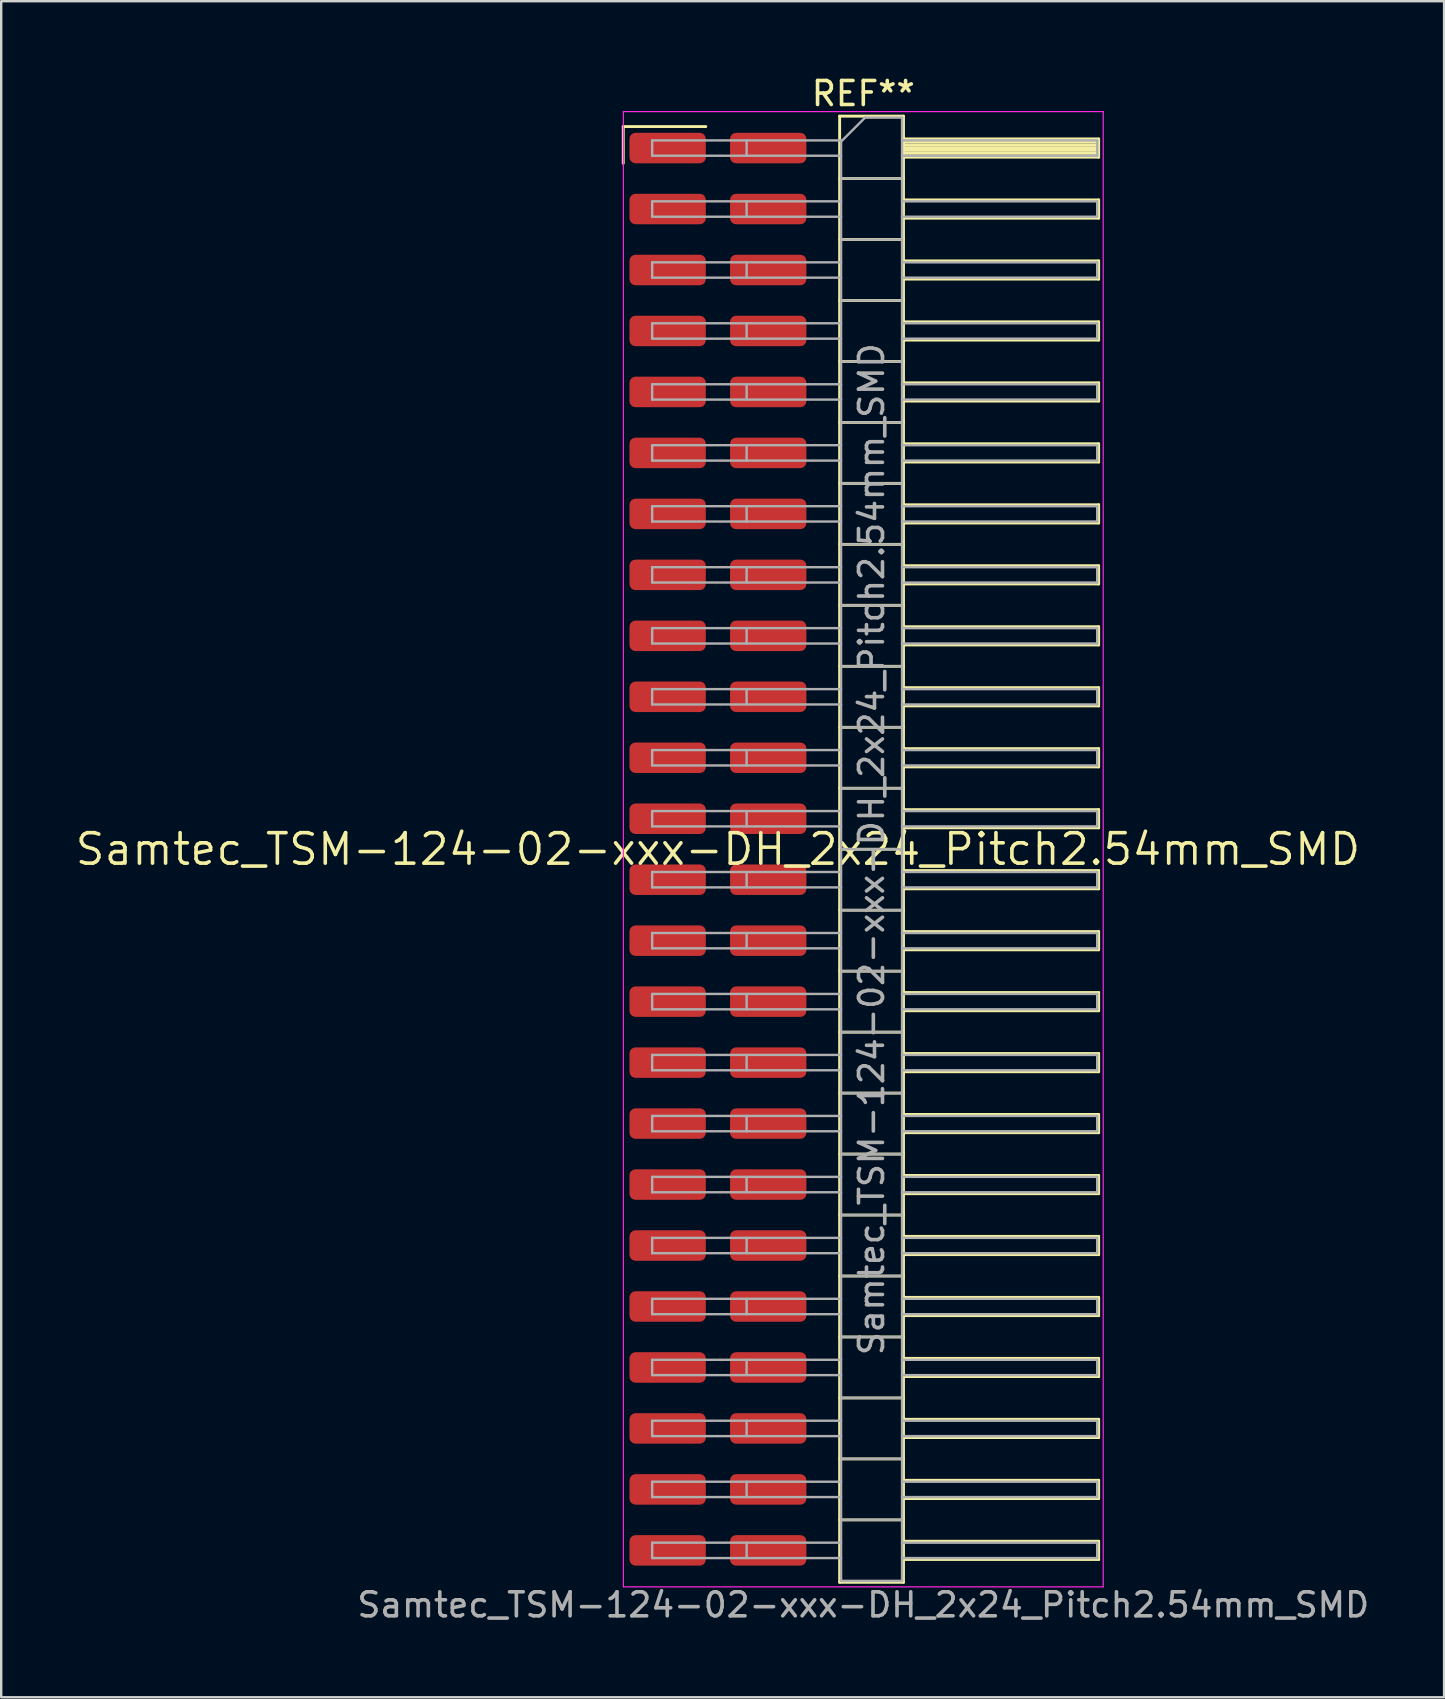
<source format=kicad_pcb>
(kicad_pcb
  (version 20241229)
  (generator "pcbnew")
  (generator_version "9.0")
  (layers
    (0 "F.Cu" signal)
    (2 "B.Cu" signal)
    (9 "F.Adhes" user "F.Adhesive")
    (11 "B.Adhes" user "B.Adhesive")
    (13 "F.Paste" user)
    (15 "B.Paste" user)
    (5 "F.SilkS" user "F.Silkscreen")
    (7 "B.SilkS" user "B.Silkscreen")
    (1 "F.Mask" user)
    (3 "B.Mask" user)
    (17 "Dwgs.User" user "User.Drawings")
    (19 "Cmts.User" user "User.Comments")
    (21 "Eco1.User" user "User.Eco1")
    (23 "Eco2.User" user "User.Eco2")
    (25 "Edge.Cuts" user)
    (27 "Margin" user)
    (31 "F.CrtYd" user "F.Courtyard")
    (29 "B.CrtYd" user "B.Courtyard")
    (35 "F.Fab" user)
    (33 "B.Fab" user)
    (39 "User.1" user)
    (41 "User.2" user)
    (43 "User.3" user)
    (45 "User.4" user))
  (footprint "Samtec_TSM-124-02-xxx-DH_2x24_Pitch2.54mm_SMD"
    (layer "F.Cu")
    (at 26.859 32.328)
    (property "Reference" "Samtec_TSM-124-02-xxx-DH_2x24_Pitch2.54mm_SMD" (at 0 0 0) (layer "F.SilkS") (effects (font (size 1.27 1.27) (thickness 0.15))))
    (attr smd)
    (fp_line (start -3.945 -30.105) (end -0.505 -30.105) (stroke (width 0.12) (type solid)) (layer "F.SilkS"))
    (fp_line (start -3.945 -28.575) (end -3.945 -30.105) (stroke (width 0.12) (type solid)) (layer "F.SilkS"))
    (fp_line (start 5.07 -30.54) (end 7.73 -30.54) (stroke (width 0.12) (type solid)) (layer "F.SilkS"))
    (fp_line (start 5.07 -27.94) (end 7.73 -27.94) (stroke (width 0.12) (type solid)) (layer "F.SilkS"))
    (fp_line (start 5.07 -25.4) (end 7.73 -25.4) (stroke (width 0.12) (type solid)) (layer "F.SilkS"))
    (fp_line (start 5.07 -22.86) (end 7.73 -22.86) (stroke (width 0.12) (type solid)) (layer "F.SilkS"))
    (fp_line (start 5.07 -20.32) (end 7.73 -20.32) (stroke (width 0.12) (type solid)) (layer "F.SilkS"))
    (fp_line (start 5.07 -17.78) (end 7.73 -17.78) (stroke (width 0.12) (type solid)) (layer "F.SilkS"))
    (fp_line (start 5.07 -15.24) (end 7.73 -15.24) (stroke (width 0.12) (type solid)) (layer "F.SilkS"))
    (fp_line (start 5.07 -12.7) (end 7.73 -12.7) (stroke (width 0.12) (type solid)) (layer "F.SilkS"))
    (fp_line (start 5.07 -10.16) (end 7.73 -10.16) (stroke (width 0.12) (type solid)) (layer "F.SilkS"))
    (fp_line (start 5.07 -7.62) (end 7.73 -7.62) (stroke (width 0.12) (type solid)) (layer "F.SilkS"))
    (fp_line (start 5.07 -5.08) (end 7.73 -5.08) (stroke (width 0.12) (type solid)) (layer "F.SilkS"))
    (fp_line (start 5.07 -2.54) (end 7.73 -2.54) (stroke (width 0.12) (type solid)) (layer "F.SilkS"))
    (fp_line (start 5.07 0) (end 7.73 0) (stroke (width 0.12) (type solid)) (layer "F.SilkS"))
    (fp_line (start 5.07 2.54) (end 7.73 2.54) (stroke (width 0.12) (type solid)) (layer "F.SilkS"))
    (fp_line (start 5.07 5.08) (end 7.73 5.08) (stroke (width 0.12) (type solid)) (layer "F.SilkS"))
    (fp_line (start 5.07 7.62) (end 7.73 7.62) (stroke (width 0.12) (type solid)) (layer "F.SilkS"))
    (fp_line (start 5.07 10.16) (end 7.73 10.16) (stroke (width 0.12) (type solid)) (layer "F.SilkS"))
    (fp_line (start 5.07 12.7) (end 7.73 12.7) (stroke (width 0.12) (type solid)) (layer "F.SilkS"))
    (fp_line (start 5.07 15.24) (end 7.73 15.24) (stroke (width 0.12) (type solid)) (layer "F.SilkS"))
    (fp_line (start 5.07 17.78) (end 7.73 17.78) (stroke (width 0.12) (type solid)) (layer "F.SilkS"))
    (fp_line (start 5.07 20.32) (end 7.73 20.32) (stroke (width 0.12) (type solid)) (layer "F.SilkS"))
    (fp_line (start 5.07 22.86) (end 7.73 22.86) (stroke (width 0.12) (type solid)) (layer "F.SilkS"))
    (fp_line (start 5.07 25.4) (end 7.73 25.4) (stroke (width 0.12) (type solid)) (layer "F.SilkS"))
    (fp_line (start 5.07 27.94) (end 7.73 27.94) (stroke (width 0.12) (type solid)) (layer "F.SilkS"))
    (fp_line (start 5.07 30.54) (end 5.07 -30.54) (stroke (width 0.12) (type solid)) (layer "F.SilkS"))
    (fp_line (start 7.73 -30.54) (end 7.73 30.54) (stroke (width 0.12) (type solid)) (layer "F.SilkS"))
    (fp_line (start 7.73 -29.59) (end 15.86 -29.59) (stroke (width 0.12) (type solid)) (layer "F.SilkS"))
    (fp_line (start 7.73 -29.47) (end 15.86 -29.47) (stroke (width 0.12) (type solid)) (layer "F.SilkS"))
    (fp_line (start 7.73 -29.35) (end 15.86 -29.35) (stroke (width 0.12) (type solid)) (layer "F.SilkS"))
    (fp_line (start 7.73 -29.23) (end 15.86 -29.23) (stroke (width 0.12) (type solid)) (layer "F.SilkS"))
    (fp_line (start 7.73 -29.11) (end 15.86 -29.11) (stroke (width 0.12) (type solid)) (layer "F.SilkS"))
    (fp_line (start 7.73 -28.99) (end 15.86 -28.99) (stroke (width 0.12) (type solid)) (layer "F.SilkS"))
    (fp_line (start 7.73 -28.87) (end 15.86 -28.87) (stroke (width 0.12) (type solid)) (layer "F.SilkS"))
    (fp_line (start 7.73 -28.83) (end 15.86 -28.83) (stroke (width 0.12) (type solid)) (layer "F.SilkS"))
    (fp_line (start 7.73 -27.05) (end 15.86 -27.05) (stroke (width 0.12) (type solid)) (layer "F.SilkS"))
    (fp_line (start 7.73 -26.29) (end 15.86 -26.29) (stroke (width 0.12) (type solid)) (layer "F.SilkS"))
    (fp_line (start 7.73 -24.51) (end 15.86 -24.51) (stroke (width 0.12) (type solid)) (layer "F.SilkS"))
    (fp_line (start 7.73 -23.75) (end 15.86 -23.75) (stroke (width 0.12) (type solid)) (layer "F.SilkS"))
    (fp_line (start 7.73 -21.97) (end 15.86 -21.97) (stroke (width 0.12) (type solid)) (layer "F.SilkS"))
    (fp_line (start 7.73 -21.21) (end 15.86 -21.21) (stroke (width 0.12) (type solid)) (layer "F.SilkS"))
    (fp_line (start 7.73 -19.43) (end 15.86 -19.43) (stroke (width 0.12) (type solid)) (layer "F.SilkS"))
    (fp_line (start 7.73 -18.67) (end 15.86 -18.67) (stroke (width 0.12) (type solid)) (layer "F.SilkS"))
    (fp_line (start 7.73 -16.89) (end 15.86 -16.89) (stroke (width 0.12) (type solid)) (layer "F.SilkS"))
    (fp_line (start 7.73 -16.13) (end 15.86 -16.13) (stroke (width 0.12) (type solid)) (layer "F.SilkS"))
    (fp_line (start 7.73 -14.35) (end 15.86 -14.35) (stroke (width 0.12) (type solid)) (layer "F.SilkS"))
    (fp_line (start 7.73 -13.59) (end 15.86 -13.59) (stroke (width 0.12) (type solid)) (layer "F.SilkS"))
    (fp_line (start 7.73 -11.81) (end 15.86 -11.81) (stroke (width 0.12) (type solid)) (layer "F.SilkS"))
    (fp_line (start 7.73 -11.05) (end 15.86 -11.05) (stroke (width 0.12) (type solid)) (layer "F.SilkS"))
    (fp_line (start 7.73 -9.27) (end 15.86 -9.27) (stroke (width 0.12) (type solid)) (layer "F.SilkS"))
    (fp_line (start 7.73 -8.51) (end 15.86 -8.51) (stroke (width 0.12) (type solid)) (layer "F.SilkS"))
    (fp_line (start 7.73 -6.73) (end 15.86 -6.73) (stroke (width 0.12) (type solid)) (layer "F.SilkS"))
    (fp_line (start 7.73 -5.97) (end 15.86 -5.97) (stroke (width 0.12) (type solid)) (layer "F.SilkS"))
    (fp_line (start 7.73 -4.19) (end 15.86 -4.19) (stroke (width 0.12) (type solid)) (layer "F.SilkS"))
    (fp_line (start 7.73 -3.43) (end 15.86 -3.43) (stroke (width 0.12) (type solid)) (layer "F.SilkS"))
    (fp_line (start 7.73 -1.65) (end 15.86 -1.65) (stroke (width 0.12) (type solid)) (layer "F.SilkS"))
    (fp_line (start 7.73 -0.89) (end 15.86 -0.89) (stroke (width 0.12) (type solid)) (layer "F.SilkS"))
    (fp_line (start 7.73 0.89) (end 15.86 0.89) (stroke (width 0.12) (type solid)) (layer "F.SilkS"))
    (fp_line (start 7.73 1.65) (end 15.86 1.65) (stroke (width 0.12) (type solid)) (layer "F.SilkS"))
    (fp_line (start 7.73 3.43) (end 15.86 3.43) (stroke (width 0.12) (type solid)) (layer "F.SilkS"))
    (fp_line (start 7.73 4.19) (end 15.86 4.19) (stroke (width 0.12) (type solid)) (layer "F.SilkS"))
    (fp_line (start 7.73 5.97) (end 15.86 5.97) (stroke (width 0.12) (type solid)) (layer "F.SilkS"))
    (fp_line (start 7.73 6.73) (end 15.86 6.73) (stroke (width 0.12) (type solid)) (layer "F.SilkS"))
    (fp_line (start 7.73 8.51) (end 15.86 8.51) (stroke (width 0.12) (type solid)) (layer "F.SilkS"))
    (fp_line (start 7.73 9.27) (end 15.86 9.27) (stroke (width 0.12) (type solid)) (layer "F.SilkS"))
    (fp_line (start 7.73 11.05) (end 15.86 11.05) (stroke (width 0.12) (type solid)) (layer "F.SilkS"))
    (fp_line (start 7.73 11.81) (end 15.86 11.81) (stroke (width 0.12) (type solid)) (layer "F.SilkS"))
    (fp_line (start 7.73 13.59) (end 15.86 13.59) (stroke (width 0.12) (type solid)) (layer "F.SilkS"))
    (fp_line (start 7.73 14.35) (end 15.86 14.35) (stroke (width 0.12) (type solid)) (layer "F.SilkS"))
    (fp_line (start 7.73 16.13) (end 15.86 16.13) (stroke (width 0.12) (type solid)) (layer "F.SilkS"))
    (fp_line (start 7.73 16.89) (end 15.86 16.89) (stroke (width 0.12) (type solid)) (layer "F.SilkS"))
    (fp_line (start 7.73 18.67) (end 15.86 18.67) (stroke (width 0.12) (type solid)) (layer "F.SilkS"))
    (fp_line (start 7.73 19.43) (end 15.86 19.43) (stroke (width 0.12) (type solid)) (layer "F.SilkS"))
    (fp_line (start 7.73 21.21) (end 15.86 21.21) (stroke (width 0.12) (type solid)) (layer "F.SilkS"))
    (fp_line (start 7.73 21.97) (end 15.86 21.97) (stroke (width 0.12) (type solid)) (layer "F.SilkS"))
    (fp_line (start 7.73 23.75) (end 15.86 23.75) (stroke (width 0.12) (type solid)) (layer "F.SilkS"))
    (fp_line (start 7.73 24.51) (end 15.86 24.51) (stroke (width 0.12) (type solid)) (layer "F.SilkS"))
    (fp_line (start 7.73 26.29) (end 15.86 26.29) (stroke (width 0.12) (type solid)) (layer "F.SilkS"))
    (fp_line (start 7.73 27.05) (end 15.86 27.05) (stroke (width 0.12) (type solid)) (layer "F.SilkS"))
    (fp_line (start 7.73 28.83) (end 15.86 28.83) (stroke (width 0.12) (type solid)) (layer "F.SilkS"))
    (fp_line (start 7.73 29.59) (end 15.86 29.59) (stroke (width 0.12) (type solid)) (layer "F.SilkS"))
    (fp_line (start 7.73 30.54) (end 5.07 30.54) (stroke (width 0.12) (type solid)) (layer "F.SilkS"))
    (fp_line (start 15.86 -29.59) (end 15.86 -28.83) (stroke (width 0.12) (type solid)) (layer "F.SilkS"))
    (fp_line (start 15.86 -27.05) (end 15.86 -26.29) (stroke (width 0.12) (type solid)) (layer "F.SilkS"))
    (fp_line (start 15.86 -24.51) (end 15.86 -23.75) (stroke (width 0.12) (type solid)) (layer "F.SilkS"))
    (fp_line (start 15.86 -21.97) (end 15.86 -21.21) (stroke (width 0.12) (type solid)) (layer "F.SilkS"))
    (fp_line (start 15.86 -19.43) (end 15.86 -18.67) (stroke (width 0.12) (type solid)) (layer "F.SilkS"))
    (fp_line (start 15.86 -16.89) (end 15.86 -16.13) (stroke (width 0.12) (type solid)) (layer "F.SilkS"))
    (fp_line (start 15.86 -14.35) (end 15.86 -13.59) (stroke (width 0.12) (type solid)) (layer "F.SilkS"))
    (fp_line (start 15.86 -11.81) (end 15.86 -11.05) (stroke (width 0.12) (type solid)) (layer "F.SilkS"))
    (fp_line (start 15.86 -9.27) (end 15.86 -8.51) (stroke (width 0.12) (type solid)) (layer "F.SilkS"))
    (fp_line (start 15.86 -6.73) (end 15.86 -5.97) (stroke (width 0.12) (type solid)) (layer "F.SilkS"))
    (fp_line (start 15.86 -4.19) (end 15.86 -3.43) (stroke (width 0.12) (type solid)) (layer "F.SilkS"))
    (fp_line (start 15.86 -1.65) (end 15.86 -0.89) (stroke (width 0.12) (type solid)) (layer "F.SilkS"))
    (fp_line (start 15.86 0.89) (end 15.86 1.65) (stroke (width 0.12) (type solid)) (layer "F.SilkS"))
    (fp_line (start 15.86 3.43) (end 15.86 4.19) (stroke (width 0.12) (type solid)) (layer "F.SilkS"))
    (fp_line (start 15.86 5.97) (end 15.86 6.73) (stroke (width 0.12) (type solid)) (layer "F.SilkS"))
    (fp_line (start 15.86 8.51) (end 15.86 9.27) (stroke (width 0.12) (type solid)) (layer "F.SilkS"))
    (fp_line (start 15.86 11.05) (end 15.86 11.81) (stroke (width 0.12) (type solid)) (layer "F.SilkS"))
    (fp_line (start 15.86 13.59) (end 15.86 14.35) (stroke (width 0.12) (type solid)) (layer "F.SilkS"))
    (fp_line (start 15.86 16.13) (end 15.86 16.89) (stroke (width 0.12) (type solid)) (layer "F.SilkS"))
    (fp_line (start 15.86 18.67) (end 15.86 19.43) (stroke (width 0.12) (type solid)) (layer "F.SilkS"))
    (fp_line (start 15.86 21.21) (end 15.86 21.97) (stroke (width 0.12) (type solid)) (layer "F.SilkS"))
    (fp_line (start 15.86 23.75) (end 15.86 24.51) (stroke (width 0.12) (type solid)) (layer "F.SilkS"))
    (fp_line (start 15.86 26.29) (end 15.86 27.05) (stroke (width 0.12) (type solid)) (layer "F.SilkS"))
    (fp_line (start 15.86 28.83) (end 15.86 29.59) (stroke (width 0.12) (type solid)) (layer "F.SilkS"))
    (fp_line (start -3.94 -30.73) (end 16.05 -30.73) (stroke (width 0.05) (type solid)) (layer "F.CrtYd"))
    (fp_line (start -3.94 30.73) (end -3.94 -30.73) (stroke (width 0.05) (type solid)) (layer "F.CrtYd"))
    (fp_line (start 16.05 -30.73) (end 16.05 30.73) (stroke (width 0.05) (type solid)) (layer "F.CrtYd"))
    (fp_line (start 16.05 30.73) (end -3.94 30.73) (stroke (width 0.05) (type solid)) (layer "F.CrtYd"))
    (fp_line (start -2.74 -29.53) (end -2.74 -28.89) (stroke (width 0.1) (type solid)) (layer "F.Fab"))
    (fp_line (start -2.74 -29.53) (end 5.13 -29.53) (stroke (width 0.1) (type solid)) (layer "F.Fab"))
    (fp_line (start -2.74 -28.89) (end 5.13 -28.89) (stroke (width 0.1) (type solid)) (layer "F.Fab"))
    (fp_line (start -2.74 -26.99) (end -2.74 -26.35) (stroke (width 0.1) (type solid)) (layer "F.Fab"))
    (fp_line (start -2.74 -26.99) (end 5.13 -26.99) (stroke (width 0.1) (type solid)) (layer "F.Fab"))
    (fp_line (start -2.74 -26.35) (end 5.13 -26.35) (stroke (width 0.1) (type solid)) (layer "F.Fab"))
    (fp_line (start -2.74 -24.45) (end -2.74 -23.81) (stroke (width 0.1) (type solid)) (layer "F.Fab"))
    (fp_line (start -2.74 -24.45) (end 5.13 -24.45) (stroke (width 0.1) (type solid)) (layer "F.Fab"))
    (fp_line (start -2.74 -23.81) (end 5.13 -23.81) (stroke (width 0.1) (type solid)) (layer "F.Fab"))
    (fp_line (start -2.74 -21.91) (end -2.74 -21.27) (stroke (width 0.1) (type solid)) (layer "F.Fab"))
    (fp_line (start -2.74 -21.91) (end 5.13 -21.91) (stroke (width 0.1) (type solid)) (layer "F.Fab"))
    (fp_line (start -2.74 -21.27) (end 5.13 -21.27) (stroke (width 0.1) (type solid)) (layer "F.Fab"))
    (fp_line (start -2.74 -19.37) (end -2.74 -18.73) (stroke (width 0.1) (type solid)) (layer "F.Fab"))
    (fp_line (start -2.74 -19.37) (end 5.13 -19.37) (stroke (width 0.1) (type solid)) (layer "F.Fab"))
    (fp_line (start -2.74 -18.73) (end 5.13 -18.73) (stroke (width 0.1) (type solid)) (layer "F.Fab"))
    (fp_line (start -2.74 -16.83) (end -2.74 -16.19) (stroke (width 0.1) (type solid)) (layer "F.Fab"))
    (fp_line (start -2.74 -16.83) (end 5.13 -16.83) (stroke (width 0.1) (type solid)) (layer "F.Fab"))
    (fp_line (start -2.74 -16.19) (end 5.13 -16.19) (stroke (width 0.1) (type solid)) (layer "F.Fab"))
    (fp_line (start -2.74 -14.29) (end -2.74 -13.65) (stroke (width 0.1) (type solid)) (layer "F.Fab"))
    (fp_line (start -2.74 -14.29) (end 5.13 -14.29) (stroke (width 0.1) (type solid)) (layer "F.Fab"))
    (fp_line (start -2.74 -13.65) (end 5.13 -13.65) (stroke (width 0.1) (type solid)) (layer "F.Fab"))
    (fp_line (start -2.74 -11.75) (end -2.74 -11.11) (stroke (width 0.1) (type solid)) (layer "F.Fab"))
    (fp_line (start -2.74 -11.75) (end 5.13 -11.75) (stroke (width 0.1) (type solid)) (layer "F.Fab"))
    (fp_line (start -2.74 -11.11) (end 5.13 -11.11) (stroke (width 0.1) (type solid)) (layer "F.Fab"))
    (fp_line (start -2.74 -9.21) (end -2.74 -8.57) (stroke (width 0.1) (type solid)) (layer "F.Fab"))
    (fp_line (start -2.74 -9.21) (end 5.13 -9.21) (stroke (width 0.1) (type solid)) (layer "F.Fab"))
    (fp_line (start -2.74 -8.57) (end 5.13 -8.57) (stroke (width 0.1) (type solid)) (layer "F.Fab"))
    (fp_line (start -2.74 -6.67) (end -2.74 -6.03) (stroke (width 0.1) (type solid)) (layer "F.Fab"))
    (fp_line (start -2.74 -6.67) (end 5.13 -6.67) (stroke (width 0.1) (type solid)) (layer "F.Fab"))
    (fp_line (start -2.74 -6.03) (end 5.13 -6.03) (stroke (width 0.1) (type solid)) (layer "F.Fab"))
    (fp_line (start -2.74 -4.13) (end -2.74 -3.49) (stroke (width 0.1) (type solid)) (layer "F.Fab"))
    (fp_line (start -2.74 -4.13) (end 5.13 -4.13) (stroke (width 0.1) (type solid)) (layer "F.Fab"))
    (fp_line (start -2.74 -3.49) (end 5.13 -3.49) (stroke (width 0.1) (type solid)) (layer "F.Fab"))
    (fp_line (start -2.74 -1.59) (end -2.74 -0.95) (stroke (width 0.1) (type solid)) (layer "F.Fab"))
    (fp_line (start -2.74 -1.59) (end 5.13 -1.59) (stroke (width 0.1) (type solid)) (layer "F.Fab"))
    (fp_line (start -2.74 -0.95) (end 5.13 -0.95) (stroke (width 0.1) (type solid)) (layer "F.Fab"))
    (fp_line (start -2.74 0.95) (end -2.74 1.59) (stroke (width 0.1) (type solid)) (layer "F.Fab"))
    (fp_line (start -2.74 0.95) (end 5.13 0.95) (stroke (width 0.1) (type solid)) (layer "F.Fab"))
    (fp_line (start -2.74 1.59) (end 5.13 1.59) (stroke (width 0.1) (type solid)) (layer "F.Fab"))
    (fp_line (start -2.74 3.49) (end -2.74 4.13) (stroke (width 0.1) (type solid)) (layer "F.Fab"))
    (fp_line (start -2.74 3.49) (end 5.13 3.49) (stroke (width 0.1) (type solid)) (layer "F.Fab"))
    (fp_line (start -2.74 4.13) (end 5.13 4.13) (stroke (width 0.1) (type solid)) (layer "F.Fab"))
    (fp_line (start -2.74 6.03) (end -2.74 6.67) (stroke (width 0.1) (type solid)) (layer "F.Fab"))
    (fp_line (start -2.74 6.03) (end 5.13 6.03) (stroke (width 0.1) (type solid)) (layer "F.Fab"))
    (fp_line (start -2.74 6.67) (end 5.13 6.67) (stroke (width 0.1) (type solid)) (layer "F.Fab"))
    (fp_line (start -2.74 8.57) (end -2.74 9.21) (stroke (width 0.1) (type solid)) (layer "F.Fab"))
    (fp_line (start -2.74 8.57) (end 5.13 8.57) (stroke (width 0.1) (type solid)) (layer "F.Fab"))
    (fp_line (start -2.74 9.21) (end 5.13 9.21) (stroke (width 0.1) (type solid)) (layer "F.Fab"))
    (fp_line (start -2.74 11.11) (end -2.74 11.75) (stroke (width 0.1) (type solid)) (layer "F.Fab"))
    (fp_line (start -2.74 11.11) (end 5.13 11.11) (stroke (width 0.1) (type solid)) (layer "F.Fab"))
    (fp_line (start -2.74 11.75) (end 5.13 11.75) (stroke (width 0.1) (type solid)) (layer "F.Fab"))
    (fp_line (start -2.74 13.65) (end -2.74 14.29) (stroke (width 0.1) (type solid)) (layer "F.Fab"))
    (fp_line (start -2.74 13.65) (end 5.13 13.65) (stroke (width 0.1) (type solid)) (layer "F.Fab"))
    (fp_line (start -2.74 14.29) (end 5.13 14.29) (stroke (width 0.1) (type solid)) (layer "F.Fab"))
    (fp_line (start -2.74 16.19) (end -2.74 16.83) (stroke (width 0.1) (type solid)) (layer "F.Fab"))
    (fp_line (start -2.74 16.19) (end 5.13 16.19) (stroke (width 0.1) (type solid)) (layer "F.Fab"))
    (fp_line (start -2.74 16.83) (end 5.13 16.83) (stroke (width 0.1) (type solid)) (layer "F.Fab"))
    (fp_line (start -2.74 18.73) (end -2.74 19.37) (stroke (width 0.1) (type solid)) (layer "F.Fab"))
    (fp_line (start -2.74 18.73) (end 5.13 18.73) (stroke (width 0.1) (type solid)) (layer "F.Fab"))
    (fp_line (start -2.74 19.37) (end 5.13 19.37) (stroke (width 0.1) (type solid)) (layer "F.Fab"))
    (fp_line (start -2.74 21.27) (end -2.74 21.91) (stroke (width 0.1) (type solid)) (layer "F.Fab"))
    (fp_line (start -2.74 21.27) (end 5.13 21.27) (stroke (width 0.1) (type solid)) (layer "F.Fab"))
    (fp_line (start -2.74 21.91) (end 5.13 21.91) (stroke (width 0.1) (type solid)) (layer "F.Fab"))
    (fp_line (start -2.74 23.81) (end -2.74 24.45) (stroke (width 0.1) (type solid)) (layer "F.Fab"))
    (fp_line (start -2.74 23.81) (end 5.13 23.81) (stroke (width 0.1) (type solid)) (layer "F.Fab"))
    (fp_line (start -2.74 24.45) (end 5.13 24.45) (stroke (width 0.1) (type solid)) (layer "F.Fab"))
    (fp_line (start -2.74 26.35) (end -2.74 26.99) (stroke (width 0.1) (type solid)) (layer "F.Fab"))
    (fp_line (start -2.74 26.35) (end 5.13 26.35) (stroke (width 0.1) (type solid)) (layer "F.Fab"))
    (fp_line (start -2.74 26.99) (end 5.13 26.99) (stroke (width 0.1) (type solid)) (layer "F.Fab"))
    (fp_line (start -2.74 28.89) (end -2.74 29.53) (stroke (width 0.1) (type solid)) (layer "F.Fab"))
    (fp_line (start -2.74 28.89) (end 5.13 28.89) (stroke (width 0.1) (type solid)) (layer "F.Fab"))
    (fp_line (start -2.74 29.53) (end 5.13 29.53) (stroke (width 0.1) (type solid)) (layer "F.Fab"))
    (fp_line (start 1.195 -29.53) (end 1.195 -28.89) (stroke (width 0.1) (type solid)) (layer "F.Fab"))
    (fp_line (start 1.195 -26.99) (end 1.195 -26.35) (stroke (width 0.1) (type solid)) (layer "F.Fab"))
    (fp_line (start 1.195 -24.45) (end 1.195 -23.81) (stroke (width 0.1) (type solid)) (layer "F.Fab"))
    (fp_line (start 1.195 -21.91) (end 1.195 -21.27) (stroke (width 0.1) (type solid)) (layer "F.Fab"))
    (fp_line (start 1.195 -19.37) (end 1.195 -18.73) (stroke (width 0.1) (type solid)) (layer "F.Fab"))
    (fp_line (start 1.195 -16.83) (end 1.195 -16.19) (stroke (width 0.1) (type solid)) (layer "F.Fab"))
    (fp_line (start 1.195 -14.29) (end 1.195 -13.65) (stroke (width 0.1) (type solid)) (layer "F.Fab"))
    (fp_line (start 1.195 -11.75) (end 1.195 -11.11) (stroke (width 0.1) (type solid)) (layer "F.Fab"))
    (fp_line (start 1.195 -9.21) (end 1.195 -8.57) (stroke (width 0.1) (type solid)) (layer "F.Fab"))
    (fp_line (start 1.195 -6.67) (end 1.195 -6.03) (stroke (width 0.1) (type solid)) (layer "F.Fab"))
    (fp_line (start 1.195 -4.13) (end 1.195 -3.49) (stroke (width 0.1) (type solid)) (layer "F.Fab"))
    (fp_line (start 1.195 -1.59) (end 1.195 -0.95) (stroke (width 0.1) (type solid)) (layer "F.Fab"))
    (fp_line (start 1.195 0.95) (end 1.195 1.59) (stroke (width 0.1) (type solid)) (layer "F.Fab"))
    (fp_line (start 1.195 3.49) (end 1.195 4.13) (stroke (width 0.1) (type solid)) (layer "F.Fab"))
    (fp_line (start 1.195 6.03) (end 1.195 6.67) (stroke (width 0.1) (type solid)) (layer "F.Fab"))
    (fp_line (start 1.195 8.57) (end 1.195 9.21) (stroke (width 0.1) (type solid)) (layer "F.Fab"))
    (fp_line (start 1.195 11.11) (end 1.195 11.75) (stroke (width 0.1) (type solid)) (layer "F.Fab"))
    (fp_line (start 1.195 13.65) (end 1.195 14.29) (stroke (width 0.1) (type solid)) (layer "F.Fab"))
    (fp_line (start 1.195 16.19) (end 1.195 16.83) (stroke (width 0.1) (type solid)) (layer "F.Fab"))
    (fp_line (start 1.195 18.73) (end 1.195 19.37) (stroke (width 0.1) (type solid)) (layer "F.Fab"))
    (fp_line (start 1.195 21.27) (end 1.195 21.91) (stroke (width 0.1) (type solid)) (layer "F.Fab"))
    (fp_line (start 1.195 23.81) (end 1.195 24.45) (stroke (width 0.1) (type solid)) (layer "F.Fab"))
    (fp_line (start 1.195 26.35) (end 1.195 26.99) (stroke (width 0.1) (type solid)) (layer "F.Fab"))
    (fp_line (start 1.195 28.89) (end 1.195 29.53) (stroke (width 0.1) (type solid)) (layer "F.Fab"))
    (fp_line (start 5.13 -29.48) (end 6.13 -30.48) (stroke (width 0.1) (type solid)) (layer "F.Fab"))
    (fp_line (start 5.13 -27.94) (end 7.67 -27.94) (stroke (width 0.1) (type solid)) (layer "F.Fab"))
    (fp_line (start 5.13 -25.4) (end 7.67 -25.4) (stroke (width 0.1) (type solid)) (layer "F.Fab"))
    (fp_line (start 5.13 -22.86) (end 7.67 -22.86) (stroke (width 0.1) (type solid)) (layer "F.Fab"))
    (fp_line (start 5.13 -20.32) (end 7.67 -20.32) (stroke (width 0.1) (type solid)) (layer "F.Fab"))
    (fp_line (start 5.13 -17.78) (end 7.67 -17.78) (stroke (width 0.1) (type solid)) (layer "F.Fab"))
    (fp_line (start 5.13 -15.24) (end 7.67 -15.24) (stroke (width 0.1) (type solid)) (layer "F.Fab"))
    (fp_line (start 5.13 -12.7) (end 7.67 -12.7) (stroke (width 0.1) (type solid)) (layer "F.Fab"))
    (fp_line (start 5.13 -10.16) (end 7.67 -10.16) (stroke (width 0.1) (type solid)) (layer "F.Fab"))
    (fp_line (start 5.13 -7.62) (end 7.67 -7.62) (stroke (width 0.1) (type solid)) (layer "F.Fab"))
    (fp_line (start 5.13 -5.08) (end 7.67 -5.08) (stroke (width 0.1) (type solid)) (layer "F.Fab"))
    (fp_line (start 5.13 -2.54) (end 7.67 -2.54) (stroke (width 0.1) (type solid)) (layer "F.Fab"))
    (fp_line (start 5.13 0) (end 7.67 0) (stroke (width 0.1) (type solid)) (layer "F.Fab"))
    (fp_line (start 5.13 2.54) (end 7.67 2.54) (stroke (width 0.1) (type solid)) (layer "F.Fab"))
    (fp_line (start 5.13 5.08) (end 7.67 5.08) (stroke (width 0.1) (type solid)) (layer "F.Fab"))
    (fp_line (start 5.13 7.62) (end 7.67 7.62) (stroke (width 0.1) (type solid)) (layer "F.Fab"))
    (fp_line (start 5.13 10.16) (end 7.67 10.16) (stroke (width 0.1) (type solid)) (layer "F.Fab"))
    (fp_line (start 5.13 12.7) (end 7.67 12.7) (stroke (width 0.1) (type solid)) (layer "F.Fab"))
    (fp_line (start 5.13 15.24) (end 7.67 15.24) (stroke (width 0.1) (type solid)) (layer "F.Fab"))
    (fp_line (start 5.13 17.78) (end 7.67 17.78) (stroke (width 0.1) (type solid)) (layer "F.Fab"))
    (fp_line (start 5.13 20.32) (end 7.67 20.32) (stroke (width 0.1) (type solid)) (layer "F.Fab"))
    (fp_line (start 5.13 22.86) (end 7.67 22.86) (stroke (width 0.1) (type solid)) (layer "F.Fab"))
    (fp_line (start 5.13 25.4) (end 7.67 25.4) (stroke (width 0.1) (type solid)) (layer "F.Fab"))
    (fp_line (start 5.13 27.94) (end 7.67 27.94) (stroke (width 0.1) (type solid)) (layer "F.Fab"))
    (fp_line (start 5.13 30.48) (end 5.13 -29.48) (stroke (width 0.1) (type solid)) (layer "F.Fab"))
    (fp_line (start 6.13 -30.48) (end 7.67 -30.48) (stroke (width 0.1) (type solid)) (layer "F.Fab"))
    (fp_line (start 7.67 -30.48) (end 7.67 30.48) (stroke (width 0.1) (type solid)) (layer "F.Fab"))
    (fp_line (start 7.67 -29.53) (end 15.8 -29.53) (stroke (width 0.1) (type solid)) (layer "F.Fab"))
    (fp_line (start 7.67 -28.89) (end 15.8 -28.89) (stroke (width 0.1) (type solid)) (layer "F.Fab"))
    (fp_line (start 7.67 -26.99) (end 15.8 -26.99) (stroke (width 0.1) (type solid)) (layer "F.Fab"))
    (fp_line (start 7.67 -26.35) (end 15.8 -26.35) (stroke (width 0.1) (type solid)) (layer "F.Fab"))
    (fp_line (start 7.67 -24.45) (end 15.8 -24.45) (stroke (width 0.1) (type solid)) (layer "F.Fab"))
    (fp_line (start 7.67 -23.81) (end 15.8 -23.81) (stroke (width 0.1) (type solid)) (layer "F.Fab"))
    (fp_line (start 7.67 -21.91) (end 15.8 -21.91) (stroke (width 0.1) (type solid)) (layer "F.Fab"))
    (fp_line (start 7.67 -21.27) (end 15.8 -21.27) (stroke (width 0.1) (type solid)) (layer "F.Fab"))
    (fp_line (start 7.67 -19.37) (end 15.8 -19.37) (stroke (width 0.1) (type solid)) (layer "F.Fab"))
    (fp_line (start 7.67 -18.73) (end 15.8 -18.73) (stroke (width 0.1) (type solid)) (layer "F.Fab"))
    (fp_line (start 7.67 -16.83) (end 15.8 -16.83) (stroke (width 0.1) (type solid)) (layer "F.Fab"))
    (fp_line (start 7.67 -16.19) (end 15.8 -16.19) (stroke (width 0.1) (type solid)) (layer "F.Fab"))
    (fp_line (start 7.67 -14.29) (end 15.8 -14.29) (stroke (width 0.1) (type solid)) (layer "F.Fab"))
    (fp_line (start 7.67 -13.65) (end 15.8 -13.65) (stroke (width 0.1) (type solid)) (layer "F.Fab"))
    (fp_line (start 7.67 -11.75) (end 15.8 -11.75) (stroke (width 0.1) (type solid)) (layer "F.Fab"))
    (fp_line (start 7.67 -11.11) (end 15.8 -11.11) (stroke (width 0.1) (type solid)) (layer "F.Fab"))
    (fp_line (start 7.67 -9.21) (end 15.8 -9.21) (stroke (width 0.1) (type solid)) (layer "F.Fab"))
    (fp_line (start 7.67 -8.57) (end 15.8 -8.57) (stroke (width 0.1) (type solid)) (layer "F.Fab"))
    (fp_line (start 7.67 -6.67) (end 15.8 -6.67) (stroke (width 0.1) (type solid)) (layer "F.Fab"))
    (fp_line (start 7.67 -6.03) (end 15.8 -6.03) (stroke (width 0.1) (type solid)) (layer "F.Fab"))
    (fp_line (start 7.67 -4.13) (end 15.8 -4.13) (stroke (width 0.1) (type solid)) (layer "F.Fab"))
    (fp_line (start 7.67 -3.49) (end 15.8 -3.49) (stroke (width 0.1) (type solid)) (layer "F.Fab"))
    (fp_line (start 7.67 -1.59) (end 15.8 -1.59) (stroke (width 0.1) (type solid)) (layer "F.Fab"))
    (fp_line (start 7.67 -0.95) (end 15.8 -0.95) (stroke (width 0.1) (type solid)) (layer "F.Fab"))
    (fp_line (start 7.67 0.95) (end 15.8 0.95) (stroke (width 0.1) (type solid)) (layer "F.Fab"))
    (fp_line (start 7.67 1.59) (end 15.8 1.59) (stroke (width 0.1) (type solid)) (layer "F.Fab"))
    (fp_line (start 7.67 3.49) (end 15.8 3.49) (stroke (width 0.1) (type solid)) (layer "F.Fab"))
    (fp_line (start 7.67 4.13) (end 15.8 4.13) (stroke (width 0.1) (type solid)) (layer "F.Fab"))
    (fp_line (start 7.67 6.03) (end 15.8 6.03) (stroke (width 0.1) (type solid)) (layer "F.Fab"))
    (fp_line (start 7.67 6.67) (end 15.8 6.67) (stroke (width 0.1) (type solid)) (layer "F.Fab"))
    (fp_line (start 7.67 8.57) (end 15.8 8.57) (stroke (width 0.1) (type solid)) (layer "F.Fab"))
    (fp_line (start 7.67 9.21) (end 15.8 9.21) (stroke (width 0.1) (type solid)) (layer "F.Fab"))
    (fp_line (start 7.67 11.11) (end 15.8 11.11) (stroke (width 0.1) (type solid)) (layer "F.Fab"))
    (fp_line (start 7.67 11.75) (end 15.8 11.75) (stroke (width 0.1) (type solid)) (layer "F.Fab"))
    (fp_line (start 7.67 13.65) (end 15.8 13.65) (stroke (width 0.1) (type solid)) (layer "F.Fab"))
    (fp_line (start 7.67 14.29) (end 15.8 14.29) (stroke (width 0.1) (type solid)) (layer "F.Fab"))
    (fp_line (start 7.67 16.19) (end 15.8 16.19) (stroke (width 0.1) (type solid)) (layer "F.Fab"))
    (fp_line (start 7.67 16.83) (end 15.8 16.83) (stroke (width 0.1) (type solid)) (layer "F.Fab"))
    (fp_line (start 7.67 18.73) (end 15.8 18.73) (stroke (width 0.1) (type solid)) (layer "F.Fab"))
    (fp_line (start 7.67 19.37) (end 15.8 19.37) (stroke (width 0.1) (type solid)) (layer "F.Fab"))
    (fp_line (start 7.67 21.27) (end 15.8 21.27) (stroke (width 0.1) (type solid)) (layer "F.Fab"))
    (fp_line (start 7.67 21.91) (end 15.8 21.91) (stroke (width 0.1) (type solid)) (layer "F.Fab"))
    (fp_line (start 7.67 23.81) (end 15.8 23.81) (stroke (width 0.1) (type solid)) (layer "F.Fab"))
    (fp_line (start 7.67 24.45) (end 15.8 24.45) (stroke (width 0.1) (type solid)) (layer "F.Fab"))
    (fp_line (start 7.67 26.35) (end 15.8 26.35) (stroke (width 0.1) (type solid)) (layer "F.Fab"))
    (fp_line (start 7.67 26.99) (end 15.8 26.99) (stroke (width 0.1) (type solid)) (layer "F.Fab"))
    (fp_line (start 7.67 28.89) (end 15.8 28.89) (stroke (width 0.1) (type solid)) (layer "F.Fab"))
    (fp_line (start 7.67 29.53) (end 15.8 29.53) (stroke (width 0.1) (type solid)) (layer "F.Fab"))
    (fp_line (start 7.67 30.48) (end 5.13 30.48) (stroke (width 0.1) (type solid)) (layer "F.Fab"))
    (fp_line (start 15.8 -29.53) (end 15.8 -28.89) (stroke (width 0.1) (type solid)) (layer "F.Fab"))
    (fp_line (start 15.8 -26.99) (end 15.8 -26.35) (stroke (width 0.1) (type solid)) (layer "F.Fab"))
    (fp_line (start 15.8 -24.45) (end 15.8 -23.81) (stroke (width 0.1) (type solid)) (layer "F.Fab"))
    (fp_line (start 15.8 -21.91) (end 15.8 -21.27) (stroke (width 0.1) (type solid)) (layer "F.Fab"))
    (fp_line (start 15.8 -19.37) (end 15.8 -18.73) (stroke (width 0.1) (type solid)) (layer "F.Fab"))
    (fp_line (start 15.8 -16.83) (end 15.8 -16.19) (stroke (width 0.1) (type solid)) (layer "F.Fab"))
    (fp_line (start 15.8 -14.29) (end 15.8 -13.65) (stroke (width 0.1) (type solid)) (layer "F.Fab"))
    (fp_line (start 15.8 -11.75) (end 15.8 -11.11) (stroke (width 0.1) (type solid)) (layer "F.Fab"))
    (fp_line (start 15.8 -9.21) (end 15.8 -8.57) (stroke (width 0.1) (type solid)) (layer "F.Fab"))
    (fp_line (start 15.8 -6.67) (end 15.8 -6.03) (stroke (width 0.1) (type solid)) (layer "F.Fab"))
    (fp_line (start 15.8 -4.13) (end 15.8 -3.49) (stroke (width 0.1) (type solid)) (layer "F.Fab"))
    (fp_line (start 15.8 -1.59) (end 15.8 -0.95) (stroke (width 0.1) (type solid)) (layer "F.Fab"))
    (fp_line (start 15.8 0.95) (end 15.8 1.59) (stroke (width 0.1) (type solid)) (layer "F.Fab"))
    (fp_line (start 15.8 3.49) (end 15.8 4.13) (stroke (width 0.1) (type solid)) (layer "F.Fab"))
    (fp_line (start 15.8 6.03) (end 15.8 6.67) (stroke (width 0.1) (type solid)) (layer "F.Fab"))
    (fp_line (start 15.8 8.57) (end 15.8 9.21) (stroke (width 0.1) (type solid)) (layer "F.Fab"))
    (fp_line (start 15.8 11.11) (end 15.8 11.75) (stroke (width 0.1) (type solid)) (layer "F.Fab"))
    (fp_line (start 15.8 13.65) (end 15.8 14.29) (stroke (width 0.1) (type solid)) (layer "F.Fab"))
    (fp_line (start 15.8 16.19) (end 15.8 16.83) (stroke (width 0.1) (type solid)) (layer "F.Fab"))
    (fp_line (start 15.8 18.73) (end 15.8 19.37) (stroke (width 0.1) (type solid)) (layer "F.Fab"))
    (fp_line (start 15.8 21.27) (end 15.8 21.91) (stroke (width 0.1) (type solid)) (layer "F.Fab"))
    (fp_line (start 15.8 23.81) (end 15.8 24.45) (stroke (width 0.1) (type solid)) (layer "F.Fab"))
    (fp_line (start 15.8 26.35) (end 15.8 26.99) (stroke (width 0.1) (type solid)) (layer "F.Fab"))
    (fp_line (start 15.8 28.89) (end 15.8 29.53) (stroke (width 0.1) (type solid)) (layer "F.Fab"))
    (fp_text user "REF**" (at 6.055 -31.48 0) (layer "F.SilkS") (effects (font (size 1 1) (thickness 0.15))))
    (fp_text user "${REFERENCE}" (at 6.4 0 90) (layer "F.Fab") (effects (font (size 1 1) (thickness 0.15))))
    (fp_text user "Samtec_TSM-124-02-xxx-DH_2x24_Pitch2.54mm_SMD" (at 6.055 31.48 0) (layer "F.Fab") (effects (font (size 1 1) (thickness 0.15))))
    (pad "1" smd roundrect (at -2.095 -29.21) (size 3.18 1.27) (layers "F.Cu" "F.Mask" "F.Paste") (roundrect_rratio 0.197))
    (pad "2" smd roundrect (at 2.095 -29.21) (size 3.18 1.27) (layers "F.Cu" "F.Mask" "F.Paste") (roundrect_rratio 0.197))
    (pad "3" smd roundrect (at -2.095 -26.67) (size 3.18 1.27) (layers "F.Cu" "F.Mask" "F.Paste") (roundrect_rratio 0.197))
    (pad "4" smd roundrect (at 2.095 -26.67) (size 3.18 1.27) (layers "F.Cu" "F.Mask" "F.Paste") (roundrect_rratio 0.197))
    (pad "5" smd roundrect (at -2.095 -24.13) (size 3.18 1.27) (layers "F.Cu" "F.Mask" "F.Paste") (roundrect_rratio 0.197))
    (pad "6" smd roundrect (at 2.095 -24.13) (size 3.18 1.27) (layers "F.Cu" "F.Mask" "F.Paste") (roundrect_rratio 0.197))
    (pad "7" smd roundrect (at -2.095 -21.59) (size 3.18 1.27) (layers "F.Cu" "F.Mask" "F.Paste") (roundrect_rratio 0.197))
    (pad "8" smd roundrect (at 2.095 -21.59) (size 3.18 1.27) (layers "F.Cu" "F.Mask" "F.Paste") (roundrect_rratio 0.197))
    (pad "9" smd roundrect (at -2.095 -19.05) (size 3.18 1.27) (layers "F.Cu" "F.Mask" "F.Paste") (roundrect_rratio 0.197))
    (pad "10" smd roundrect (at 2.095 -19.05) (size 3.18 1.27) (layers "F.Cu" "F.Mask" "F.Paste") (roundrect_rratio 0.197))
    (pad "11" smd roundrect (at -2.095 -16.51) (size 3.18 1.27) (layers "F.Cu" "F.Mask" "F.Paste") (roundrect_rratio 0.197))
    (pad "12" smd roundrect (at 2.095 -16.51) (size 3.18 1.27) (layers "F.Cu" "F.Mask" "F.Paste") (roundrect_rratio 0.197))
    (pad "13" smd roundrect (at -2.095 -13.97) (size 3.18 1.27) (layers "F.Cu" "F.Mask" "F.Paste") (roundrect_rratio 0.197))
    (pad "14" smd roundrect (at 2.095 -13.97) (size 3.18 1.27) (layers "F.Cu" "F.Mask" "F.Paste") (roundrect_rratio 0.197))
    (pad "15" smd roundrect (at -2.095 -11.43) (size 3.18 1.27) (layers "F.Cu" "F.Mask" "F.Paste") (roundrect_rratio 0.197))
    (pad "16" smd roundrect (at 2.095 -11.43) (size 3.18 1.27) (layers "F.Cu" "F.Mask" "F.Paste") (roundrect_rratio 0.197))
    (pad "17" smd roundrect (at -2.095 -8.89) (size 3.18 1.27) (layers "F.Cu" "F.Mask" "F.Paste") (roundrect_rratio 0.197))
    (pad "18" smd roundrect (at 2.095 -8.89) (size 3.18 1.27) (layers "F.Cu" "F.Mask" "F.Paste") (roundrect_rratio 0.197))
    (pad "19" smd roundrect (at -2.095 -6.35) (size 3.18 1.27) (layers "F.Cu" "F.Mask" "F.Paste") (roundrect_rratio 0.197))
    (pad "20" smd roundrect (at 2.095 -6.35) (size 3.18 1.27) (layers "F.Cu" "F.Mask" "F.Paste") (roundrect_rratio 0.197))
    (pad "21" smd roundrect (at -2.095 -3.81) (size 3.18 1.27) (layers "F.Cu" "F.Mask" "F.Paste") (roundrect_rratio 0.197))
    (pad "22" smd roundrect (at 2.095 -3.81) (size 3.18 1.27) (layers "F.Cu" "F.Mask" "F.Paste") (roundrect_rratio 0.197))
    (pad "23" smd roundrect (at -2.095 -1.27) (size 3.18 1.27) (layers "F.Cu" "F.Mask" "F.Paste") (roundrect_rratio 0.197))
    (pad "24" smd roundrect (at 2.095 -1.27) (size 3.18 1.27) (layers "F.Cu" "F.Mask" "F.Paste") (roundrect_rratio 0.197))
    (pad "25" smd roundrect (at -2.095 1.27) (size 3.18 1.27) (layers "F.Cu" "F.Mask" "F.Paste") (roundrect_rratio 0.197))
    (pad "26" smd roundrect (at 2.095 1.27) (size 3.18 1.27) (layers "F.Cu" "F.Mask" "F.Paste") (roundrect_rratio 0.197))
    (pad "27" smd roundrect (at -2.095 3.81) (size 3.18 1.27) (layers "F.Cu" "F.Mask" "F.Paste") (roundrect_rratio 0.197))
    (pad "28" smd roundrect (at 2.095 3.81) (size 3.18 1.27) (layers "F.Cu" "F.Mask" "F.Paste") (roundrect_rratio 0.197))
    (pad "29" smd roundrect (at -2.095 6.35) (size 3.18 1.27) (layers "F.Cu" "F.Mask" "F.Paste") (roundrect_rratio 0.197))
    (pad "30" smd roundrect (at 2.095 6.35) (size 3.18 1.27) (layers "F.Cu" "F.Mask" "F.Paste") (roundrect_rratio 0.197))
    (pad "31" smd roundrect (at -2.095 8.89) (size 3.18 1.27) (layers "F.Cu" "F.Mask" "F.Paste") (roundrect_rratio 0.197))
    (pad "32" smd roundrect (at 2.095 8.89) (size 3.18 1.27) (layers "F.Cu" "F.Mask" "F.Paste") (roundrect_rratio 0.197))
    (pad "33" smd roundrect (at -2.095 11.43) (size 3.18 1.27) (layers "F.Cu" "F.Mask" "F.Paste") (roundrect_rratio 0.197))
    (pad "34" smd roundrect (at 2.095 11.43) (size 3.18 1.27) (layers "F.Cu" "F.Mask" "F.Paste") (roundrect_rratio 0.197))
    (pad "35" smd roundrect (at -2.095 13.97) (size 3.18 1.27) (layers "F.Cu" "F.Mask" "F.Paste") (roundrect_rratio 0.197))
    (pad "36" smd roundrect (at 2.095 13.97) (size 3.18 1.27) (layers "F.Cu" "F.Mask" "F.Paste") (roundrect_rratio 0.197))
    (pad "37" smd roundrect (at -2.095 16.51) (size 3.18 1.27) (layers "F.Cu" "F.Mask" "F.Paste") (roundrect_rratio 0.197))
    (pad "38" smd roundrect (at 2.095 16.51) (size 3.18 1.27) (layers "F.Cu" "F.Mask" "F.Paste") (roundrect_rratio 0.197))
    (pad "39" smd roundrect (at -2.095 19.05) (size 3.18 1.27) (layers "F.Cu" "F.Mask" "F.Paste") (roundrect_rratio 0.197))
    (pad "40" smd roundrect (at 2.095 19.05) (size 3.18 1.27) (layers "F.Cu" "F.Mask" "F.Paste") (roundrect_rratio 0.197))
    (pad "41" smd roundrect (at -2.095 21.59) (size 3.18 1.27) (layers "F.Cu" "F.Mask" "F.Paste") (roundrect_rratio 0.197))
    (pad "42" smd roundrect (at 2.095 21.59) (size 3.18 1.27) (layers "F.Cu" "F.Mask" "F.Paste") (roundrect_rratio 0.197))
    (pad "43" smd roundrect (at -2.095 24.13) (size 3.18 1.27) (layers "F.Cu" "F.Mask" "F.Paste") (roundrect_rratio 0.197))
    (pad "44" smd roundrect (at 2.095 24.13) (size 3.18 1.27) (layers "F.Cu" "F.Mask" "F.Paste") (roundrect_rratio 0.197))
    (pad "45" smd roundrect (at -2.095 26.67) (size 3.18 1.27) (layers "F.Cu" "F.Mask" "F.Paste") (roundrect_rratio 0.197))
    (pad "46" smd roundrect (at 2.095 26.67) (size 3.18 1.27) (layers "F.Cu" "F.Mask" "F.Paste") (roundrect_rratio 0.197))
    (pad "47" smd roundrect (at -2.095 29.21) (size 3.18 1.27) (layers "F.Cu" "F.Mask" "F.Paste") (roundrect_rratio 0.197))
    (pad "48" smd roundrect (at 2.095 29.21) (size 3.18 1.27) (layers "F.Cu" "F.Mask" "F.Paste") (roundrect_rratio 0.197)))
  (gr_rect
    (start -3 -3)
    (end 57.11 67.656)
    (stroke (width 0.1) (type default))
    (fill no)
    (layer "Edge.Cuts")))
</source>
